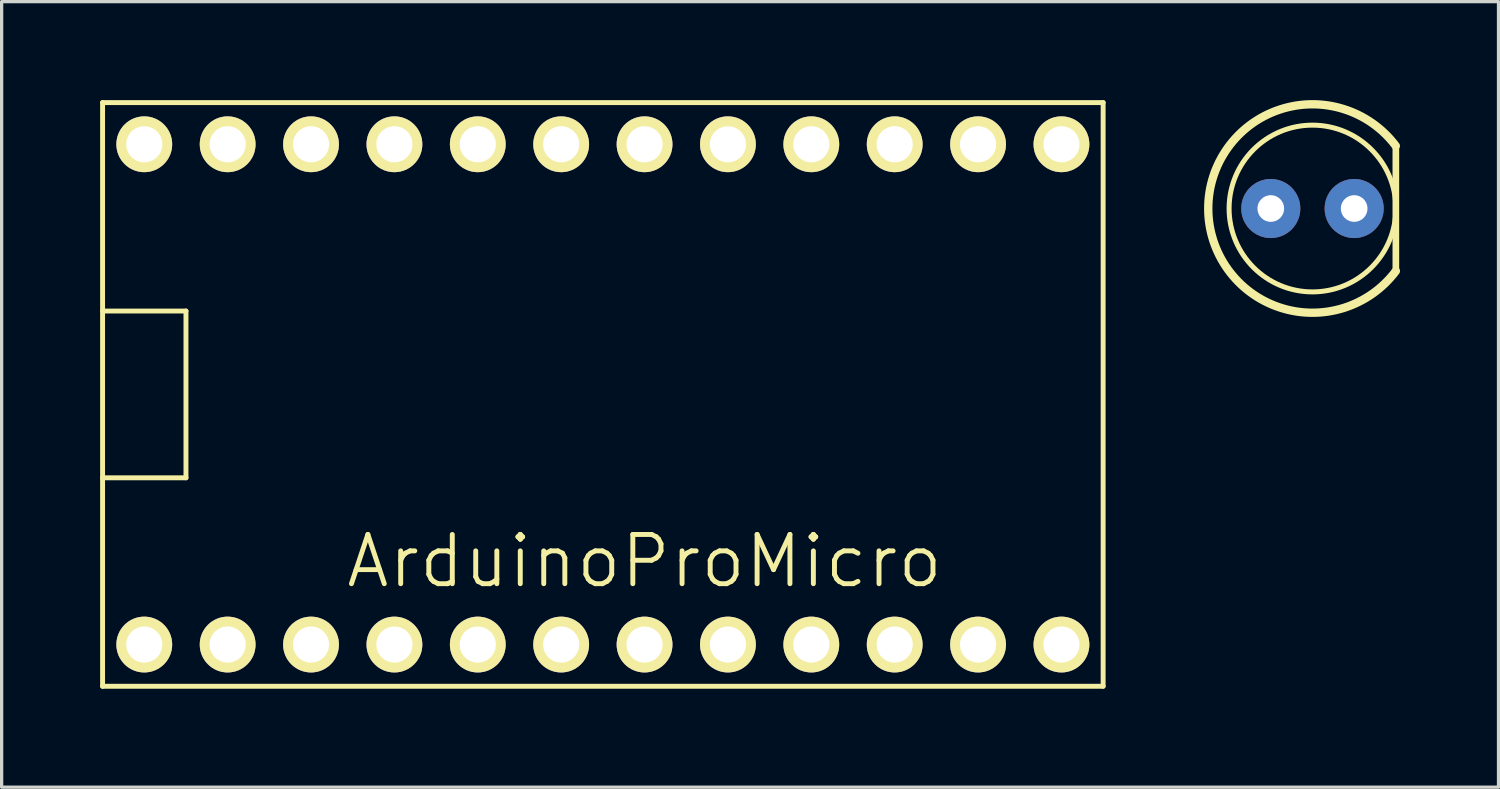
<source format=kicad_pcb>
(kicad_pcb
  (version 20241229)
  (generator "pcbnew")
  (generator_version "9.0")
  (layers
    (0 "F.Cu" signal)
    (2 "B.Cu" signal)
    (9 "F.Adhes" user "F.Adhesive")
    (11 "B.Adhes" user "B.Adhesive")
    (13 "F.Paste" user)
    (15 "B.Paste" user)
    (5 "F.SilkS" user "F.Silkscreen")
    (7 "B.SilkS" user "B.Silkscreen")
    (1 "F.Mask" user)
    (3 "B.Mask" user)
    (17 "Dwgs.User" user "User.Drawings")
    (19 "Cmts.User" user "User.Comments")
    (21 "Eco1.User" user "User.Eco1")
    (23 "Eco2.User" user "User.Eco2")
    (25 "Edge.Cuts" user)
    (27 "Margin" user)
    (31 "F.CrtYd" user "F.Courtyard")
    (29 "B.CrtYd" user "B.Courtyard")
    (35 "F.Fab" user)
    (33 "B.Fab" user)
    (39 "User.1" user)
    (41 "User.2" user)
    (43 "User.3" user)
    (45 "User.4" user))
  (footprint "ArduinoProMicro"
    (layer "F.Cu")
    (at 16.585 8.965)
    (property "Reference" "ArduinoProMicro" (at 0 5.08 0) (layer "F.SilkS") (effects (font (size 1.5 1.5) (thickness 0.15))))
    (attr through_hole)
    (fp_line (start -16.51 -8.89) (end 13.97 -8.89) (stroke (width 0.15) (type solid)) (layer "F.SilkS"))
    (fp_line (start -16.51 -2.54) (end -13.97 -2.54) (stroke (width 0.15) (type solid)) (layer "F.SilkS"))
    (fp_line (start -16.51 8.89) (end -16.51 -8.89) (stroke (width 0.15) (type solid)) (layer "F.SilkS"))
    (fp_line (start -13.97 -2.54) (end -13.97 2.54) (stroke (width 0.15) (type solid)) (layer "F.SilkS"))
    (fp_line (start -13.97 2.54) (end -16.51 2.54) (stroke (width 0.15) (type solid)) (layer "F.SilkS"))
    (fp_line (start 13.97 -8.89) (end 13.97 8.89) (stroke (width 0.15) (type solid)) (layer "F.SilkS"))
    (fp_line (start 13.97 8.89) (end -16.51 8.89) (stroke (width 0.15) (type solid)) (layer "F.SilkS"))
    (pad "2" thru_hole circle (at -5.08 7.62) (size 1.7 1.7) (drill 1.1) (layers "*.Cu" "*.Mask" "F.SilkS"))
    (pad "3" thru_hole circle (at -2.54 7.62) (size 1.7 1.7) (drill 1.1) (layers "*.Cu" "*.Mask" "F.SilkS"))
    (pad "4" thru_hole circle (at 0 7.62) (size 1.7 1.7) (drill 1.1) (layers "*.Cu" "*.Mask" "F.SilkS"))
    (pad "5" thru_hole circle (at 2.54 7.62) (size 1.7 1.7) (drill 1.1) (layers "*.Cu" "*.Mask" "F.SilkS"))
    (pad "6" thru_hole circle (at 5.08 7.62) (size 1.7 1.7) (drill 1.1) (layers "*.Cu" "*.Mask" "F.SilkS"))
    (pad "7" thru_hole circle (at 7.62 7.62) (size 1.7 1.7) (drill 1.1) (layers "*.Cu" "*.Mask" "F.SilkS"))
    (pad "8" thru_hole circle (at 10.16 7.62) (size 1.7 1.7) (drill 1.1) (layers "*.Cu" "*.Mask" "F.SilkS"))
    (pad "9" thru_hole circle (at 12.7 7.62) (size 1.7 1.7) (drill 1.1) (layers "*.Cu" "*.Mask" "F.SilkS"))
    (pad "10" thru_hole circle (at 12.7 -7.62) (size 1.7 1.7) (drill 1.1) (layers "*.Cu" "*.Mask" "F.SilkS"))
    (pad "14" thru_hole circle (at 7.62 -7.62) (size 1.7 1.7) (drill 1.1) (layers "*.Cu" "*.Mask" "F.SilkS"))
    (pad "15" thru_hole circle (at 5.08 -7.62) (size 1.7 1.7) (drill 1.1) (layers "*.Cu" "*.Mask" "F.SilkS"))
    (pad "16" thru_hole circle (at 10.16 -7.62) (size 1.7 1.7) (drill 1.1) (layers "*.Cu" "*.Mask" "F.SilkS"))
    (pad "A0" thru_hole circle (at 2.54 -7.62) (size 1.7 1.7) (drill 1.1) (layers "*.Cu" "*.Mask" "F.SilkS"))
    (pad "A1" thru_hole circle (at 0 -7.62) (size 1.7 1.7) (drill 1.1) (layers "*.Cu" "*.Mask" "F.SilkS"))
    (pad "A2" thru_hole circle (at -2.54 -7.62) (size 1.7 1.7) (drill 1.1) (layers "*.Cu" "*.Mask" "F.SilkS"))
    (pad "A3" thru_hole circle (at -5.08 -7.62) (size 1.7 1.7) (drill 1.1) (layers "*.Cu" "*.Mask" "F.SilkS"))
    (pad "GND" thru_hole circle (at -12.7 -7.62) (size 1.7 1.7) (drill 1.1) (layers "*.Cu" "*.Mask" "F.SilkS"))
    (pad "GND" thru_hole circle (at -10.16 7.62) (size 1.7 1.7) (drill 1.1) (layers "*.Cu" "*.Mask" "F.SilkS"))
    (pad "GND" thru_hole circle (at -7.62 7.62) (size 1.7 1.7) (drill 1.1) (layers "*.Cu" "*.Mask" "F.SilkS"))
    (pad "RAW" thru_hole circle (at -15.24 -7.62) (size 1.7 1.7) (drill 1.1) (layers "*.Cu" "*.Mask" "F.SilkS"))
    (pad "RST" thru_hole circle (at -10.16 -7.62) (size 1.7 1.7) (drill 1.1) (layers "*.Cu" "*.Mask" "F.SilkS"))
    (pad "RX1" thru_hole circle (at -12.7 7.62) (size 1.7 1.7) (drill 1.1) (layers "*.Cu" "*.Mask" "F.SilkS"))
    (pad "TX0" thru_hole circle (at -15.24 7.62) (size 1.7 1.7) (drill 1.1) (layers "*.Cu" "*.Mask" "F.SilkS"))
    (pad "VCC" thru_hole circle (at -7.62 -7.62) (size 1.7 1.7) (drill 1.1) (layers "*.Cu" "*.Mask" "F.SilkS")))
  (footprint "LED-5MM"
    (layer "F.Cu")
    (at 36.932 3.302)
    (property "Reference" "LED-5MM" (at 0 -1.5 0) (layer "Eco1.User") (effects (font (size 0.6 0.6) (thickness 0.1))))
    (attr through_hole)
    (fp_line (start 2.54 1.905) (end 2.54 -1.905) (stroke (width 0.203) (type solid)) (layer "F.SilkS"))
    (fp_arc (start 2.54 1.905) (mid -3.175 0.001668) (end 2.537997 -1.907668) (stroke (width 0.254) (type solid)) (layer "F.SilkS"))
    (fp_circle (center 0 0) (end 2.54 0) (stroke (width 0.152) (type solid)) (fill no) (layer "F.SilkS"))
    (pad "A" thru_hole oval (at -1.27 0) (size 1.8 1.8) (drill 0.813) (layers "*.Cu" "*.Mask"))
    (pad "K" thru_hole oval (at 1.27 0) (size 1.8 1.8) (drill 0.813) (layers "*.Cu" "*.Mask")))
  (gr_rect
    (start -3 -3)
    (end 42.599 20.93)
    (stroke (width 0.1) (type default))
    (fill no)
    (layer "Edge.Cuts")))
</source>
